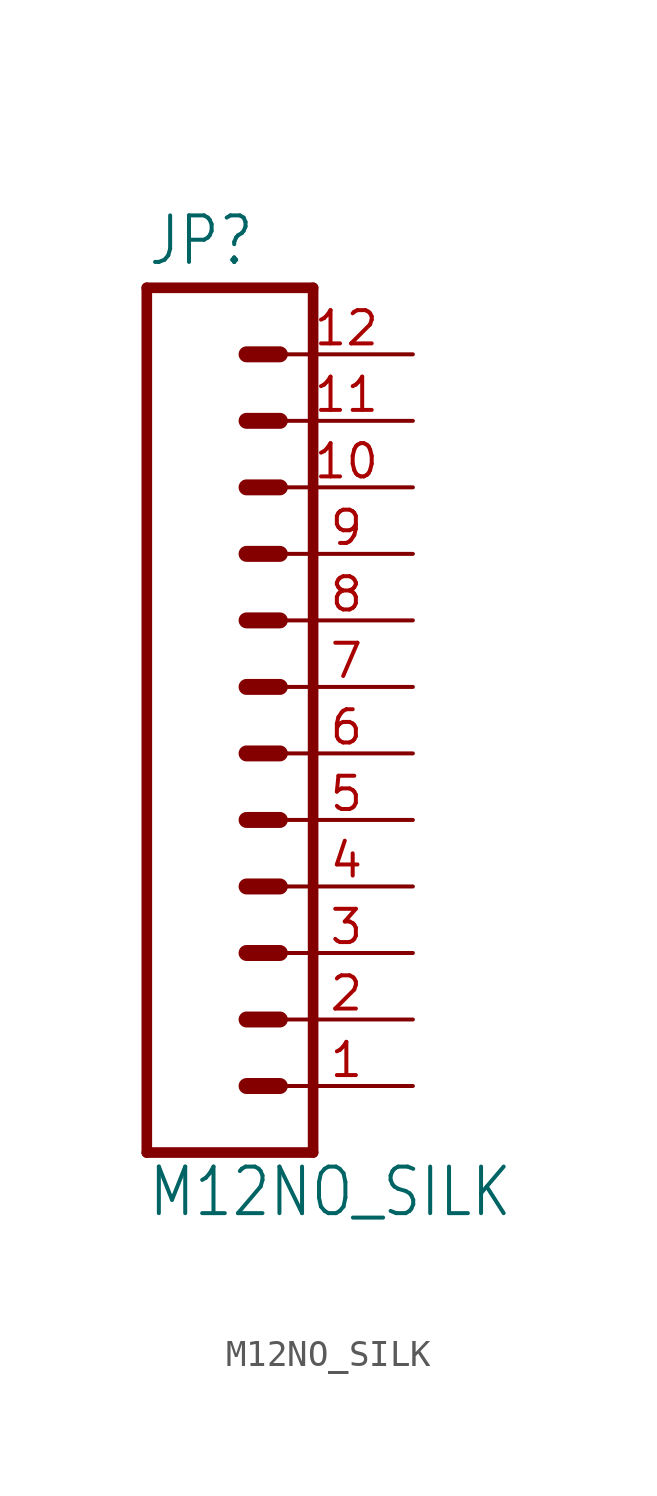
<source format=kicad_sym>
(kicad_symbol_lib
  (version 20211014)
  (generator kicad_symbol_editor)
  (symbol "M12NO_SILK"
    (property "Reference" "JP"
      (at 0 16.002 0)
      (effects (font (size 1.778 1.511)) (justify left bottom)))
    (property "Value" "M12NO_SILK"
      (at 0 -20.32 0)
      (effects (font (size 1.778 1.511)) (justify left bottom)))
    (property "ki_locked" ""
      (at 0 0 0)
      (effects (font (size 1.27 1.27))))
    (symbol "M12NO_SILK_1_0"
      (polyline (pts (xy 0 15.24) (xy 0 -17.78)) (stroke (width 0.406) (type default) (color 0 0 0 0)) (fill (type none)))
      (polyline (pts (xy 0 15.24) (xy 6.35 15.24)) (stroke (width 0.406) (type default) (color 0 0 0 0)) (fill (type none)))
      (polyline (pts (xy 3.81 -15.24) (xy 5.08 -15.24)) (stroke (width 0.61) (type default) (color 0 0 0 0)) (fill (type none)))
      (polyline (pts (xy 3.81 -12.7) (xy 5.08 -12.7)) (stroke (width 0.61) (type default) (color 0 0 0 0)) (fill (type none)))
      (polyline (pts (xy 3.81 -10.16) (xy 5.08 -10.16)) (stroke (width 0.61) (type default) (color 0 0 0 0)) (fill (type none)))
      (polyline (pts (xy 3.81 -7.62) (xy 5.08 -7.62)) (stroke (width 0.61) (type default) (color 0 0 0 0)) (fill (type none)))
      (polyline (pts (xy 3.81 -5.08) (xy 5.08 -5.08)) (stroke (width 0.61) (type default) (color 0 0 0 0)) (fill (type none)))
      (polyline (pts (xy 3.81 -2.54) (xy 5.08 -2.54)) (stroke (width 0.61) (type default) (color 0 0 0 0)) (fill (type none)))
      (polyline (pts (xy 3.81 0) (xy 5.08 0)) (stroke (width 0.61) (type default) (color 0 0 0 0)) (fill (type none)))
      (polyline (pts (xy 3.81 2.54) (xy 5.08 2.54)) (stroke (width 0.61) (type default) (color 0 0 0 0)) (fill (type none)))
      (polyline (pts (xy 3.81 5.08) (xy 5.08 5.08)) (stroke (width 0.61) (type default) (color 0 0 0 0)) (fill (type none)))
      (polyline (pts (xy 3.81 7.62) (xy 5.08 7.62)) (stroke (width 0.61) (type default) (color 0 0 0 0)) (fill (type none)))
      (polyline (pts (xy 3.81 10.16) (xy 5.08 10.16)) (stroke (width 0.61) (type default) (color 0 0 0 0)) (fill (type none)))
      (polyline (pts (xy 3.81 12.7) (xy 5.08 12.7)) (stroke (width 0.61) (type default) (color 0 0 0 0)) (fill (type none)))
      (polyline (pts (xy 6.35 -17.78) (xy 0 -17.78)) (stroke (width 0.406) (type default) (color 0 0 0 0)) (fill (type none)))
      (polyline (pts (xy 6.35 -17.78) (xy 6.35 15.24)) (stroke (width 0.406) (type default) (color 0 0 0 0)) (fill (type none)))
      (pin passive line (at 10.16 -15.24 180) (length 5.08) (name "1" (effects (font (size 0 0)))) (number "1" (effects (font (size 1.27 1.27)))))
      (pin passive line (at 10.16 7.62 180) (length 5.08) (name "10" (effects (font (size 0 0)))) (number "10" (effects (font (size 1.27 1.27)))))
      (pin passive line (at 10.16 10.16 180) (length 5.08) (name "11" (effects (font (size 0 0)))) (number "11" (effects (font (size 1.27 1.27)))))
      (pin passive line (at 10.16 12.7 180) (length 5.08) (name "12" (effects (font (size 0 0)))) (number "12" (effects (font (size 1.27 1.27)))))
      (pin passive line (at 10.16 -12.7 180) (length 5.08) (name "2" (effects (font (size 0 0)))) (number "2" (effects (font (size 1.27 1.27)))))
      (pin passive line (at 10.16 -10.16 180) (length 5.08) (name "3" (effects (font (size 0 0)))) (number "3" (effects (font (size 1.27 1.27)))))
      (pin passive line (at 10.16 -7.62 180) (length 5.08) (name "4" (effects (font (size 0 0)))) (number "4" (effects (font (size 1.27 1.27)))))
      (pin passive line (at 10.16 -5.08 180) (length 5.08) (name "5" (effects (font (size 0 0)))) (number "5" (effects (font (size 1.27 1.27)))))
      (pin passive line (at 10.16 -2.54 180) (length 5.08) (name "6" (effects (font (size 0 0)))) (number "6" (effects (font (size 1.27 1.27)))))
      (pin passive line (at 10.16 0 180) (length 5.08) (name "7" (effects (font (size 0 0)))) (number "7" (effects (font (size 1.27 1.27)))))
      (pin passive line (at 10.16 2.54 180) (length 5.08) (name "8" (effects (font (size 0 0)))) (number "8" (effects (font (size 1.27 1.27)))))
      (pin passive line (at 10.16 5.08 180) (length 5.08) (name "9" (effects (font (size 0 0)))) (number "9" (effects (font (size 1.27 1.27))))))))
</source>
